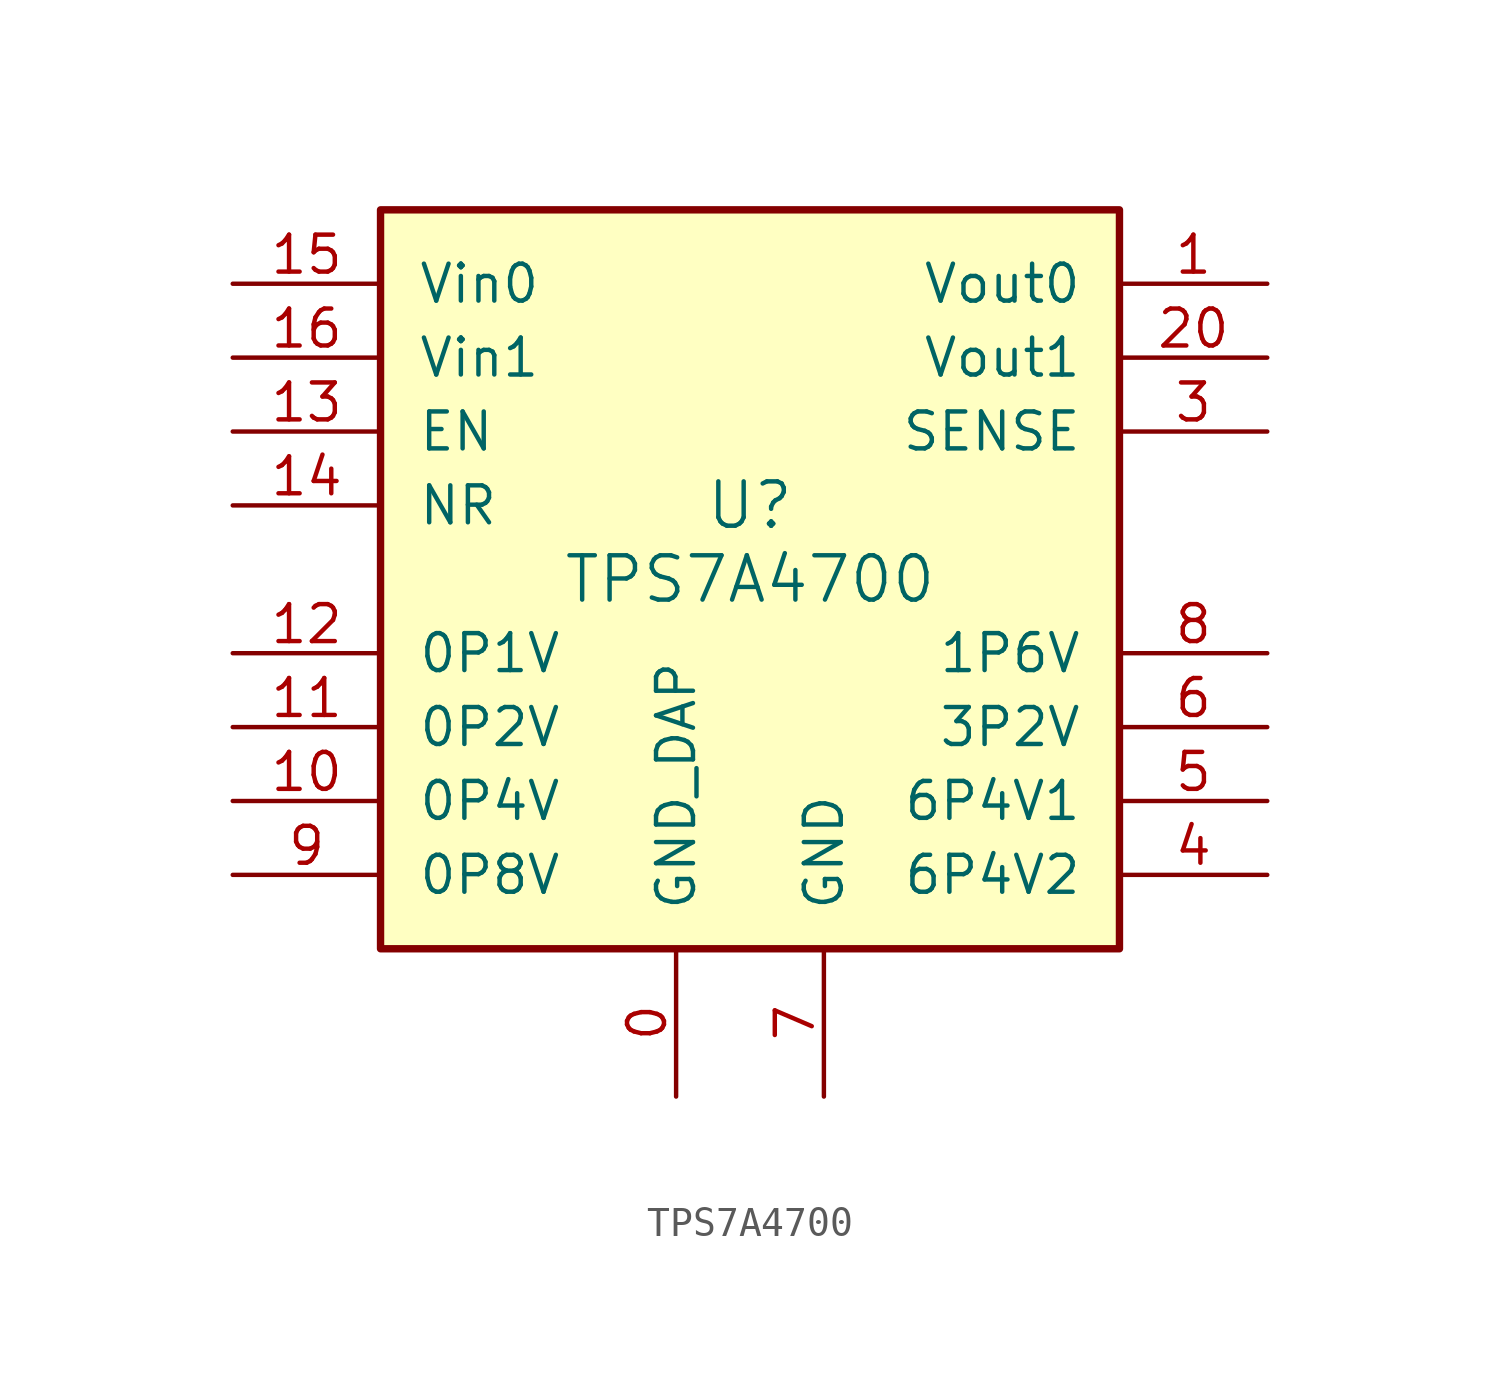
<source format=kicad_sym>
(kicad_symbol_lib
  (version 20231120)
  (generator "kicad_symbol_editor")
  (generator_version "8.0")
  (symbol "TPS7A4700"
    (pin_names
      (offset 1.27))
    (property "Reference" "U"
      (at 0 2.54 0)
      (effects (font (size 1.524 1.524))))
    (property "Value" "TPS7A4700"
      (at 0 0 0)
      (effects (font (size 1.524 1.524))))
    (symbol "TPS7A4700_1_1"
      (rectangle (start -12.7 12.7) (end 12.7 -12.7) (stroke (width 0.254) (type default)) (fill (type background)))
      (pin power_in line (at -2.54 -17.78 90) (length 5.08) (name "GND_DAP" (effects (font (size 1.27 1.27)))) (number "0" (effects (font (size 1.27 1.27)))))
      (pin power_out line (at 17.78 10.16 180) (length 5.08) (name "Vout0" (effects (font (size 1.27 1.27)))) (number "1" (effects (font (size 1.27 1.27)))))
      (pin power_in line (at -17.78 -7.62 0) (length 5.08) (name "0P4V" (effects (font (size 1.27 1.27)))) (number "10" (effects (font (size 1.27 1.27)))))
      (pin power_in line (at -17.78 -5.08 0) (length 5.08) (name "0P2V" (effects (font (size 1.27 1.27)))) (number "11" (effects (font (size 1.27 1.27)))))
      (pin power_in line (at -17.78 -2.54 0) (length 5.08) (name "0P1V" (effects (font (size 1.27 1.27)))) (number "12" (effects (font (size 1.27 1.27)))))
      (pin input line (at -17.78 5.08 0) (length 5.08) (name "EN" (effects (font (size 1.27 1.27)))) (number "13" (effects (font (size 1.27 1.27)))))
      (pin input line (at -17.78 2.54 0) (length 5.08) (name "NR" (effects (font (size 1.27 1.27)))) (number "14" (effects (font (size 1.27 1.27)))))
      (pin power_in line (at -17.78 10.16 0) (length 5.08) (name "Vin0" (effects (font (size 1.27 1.27)))) (number "15" (effects (font (size 1.27 1.27)))))
      (pin power_in line (at -17.78 7.62 0) (length 5.08) (name "Vin1" (effects (font (size 1.27 1.27)))) (number "16" (effects (font (size 1.27 1.27)))))
      (pin no_connect line (at -2.54 12.7 270) (length 2.54) hide (name "NC" (effects (font (size 1.27 1.27)))) (number "17" (effects (font (size 1.27 1.27)))))
      (pin no_connect line (at 0 12.7 270) (length 2.54) hide (name "NC" (effects (font (size 1.27 1.27)))) (number "18" (effects (font (size 1.27 1.27)))))
      (pin no_connect line (at 2.54 12.7 270) (length 2.54) hide (name "NC" (effects (font (size 1.27 1.27)))) (number "19" (effects (font (size 1.27 1.27)))))
      (pin no_connect line (at -5.08 12.7 270) (length 2.54) hide (name "NC" (effects (font (size 1.27 1.27)))) (number "2" (effects (font (size 1.27 1.27)))))
      (pin passive line (at 17.78 7.62 180) (length 5.08) (name "Vout1" (effects (font (size 1.27 1.27)))) (number "20" (effects (font (size 1.27 1.27)))))
      (pin power_in line (at 17.78 5.08 180) (length 5.08) (name "SENSE" (effects (font (size 1.27 1.27)))) (number "3" (effects (font (size 1.27 1.27)))))
      (pin power_in line (at 17.78 -10.16 180) (length 5.08) (name "6P4V2" (effects (font (size 1.27 1.27)))) (number "4" (effects (font (size 1.27 1.27)))))
      (pin power_in line (at 17.78 -7.62 180) (length 5.08) (name "6P4V1" (effects (font (size 1.27 1.27)))) (number "5" (effects (font (size 1.27 1.27)))))
      (pin power_in line (at 17.78 -5.08 180) (length 5.08) (name "3P2V" (effects (font (size 1.27 1.27)))) (number "6" (effects (font (size 1.27 1.27)))))
      (pin power_in line (at 2.54 -17.78 90) (length 5.08) (name "GND" (effects (font (size 1.27 1.27)))) (number "7" (effects (font (size 1.27 1.27)))))
      (pin power_in line (at 17.78 -2.54 180) (length 5.08) (name "1P6V" (effects (font (size 1.27 1.27)))) (number "8" (effects (font (size 1.27 1.27)))))
      (pin power_in line (at -17.78 -10.16 0) (length 5.08) (name "0P8V" (effects (font (size 1.27 1.27)))) (number "9" (effects (font (size 1.27 1.27))))))))
</source>
